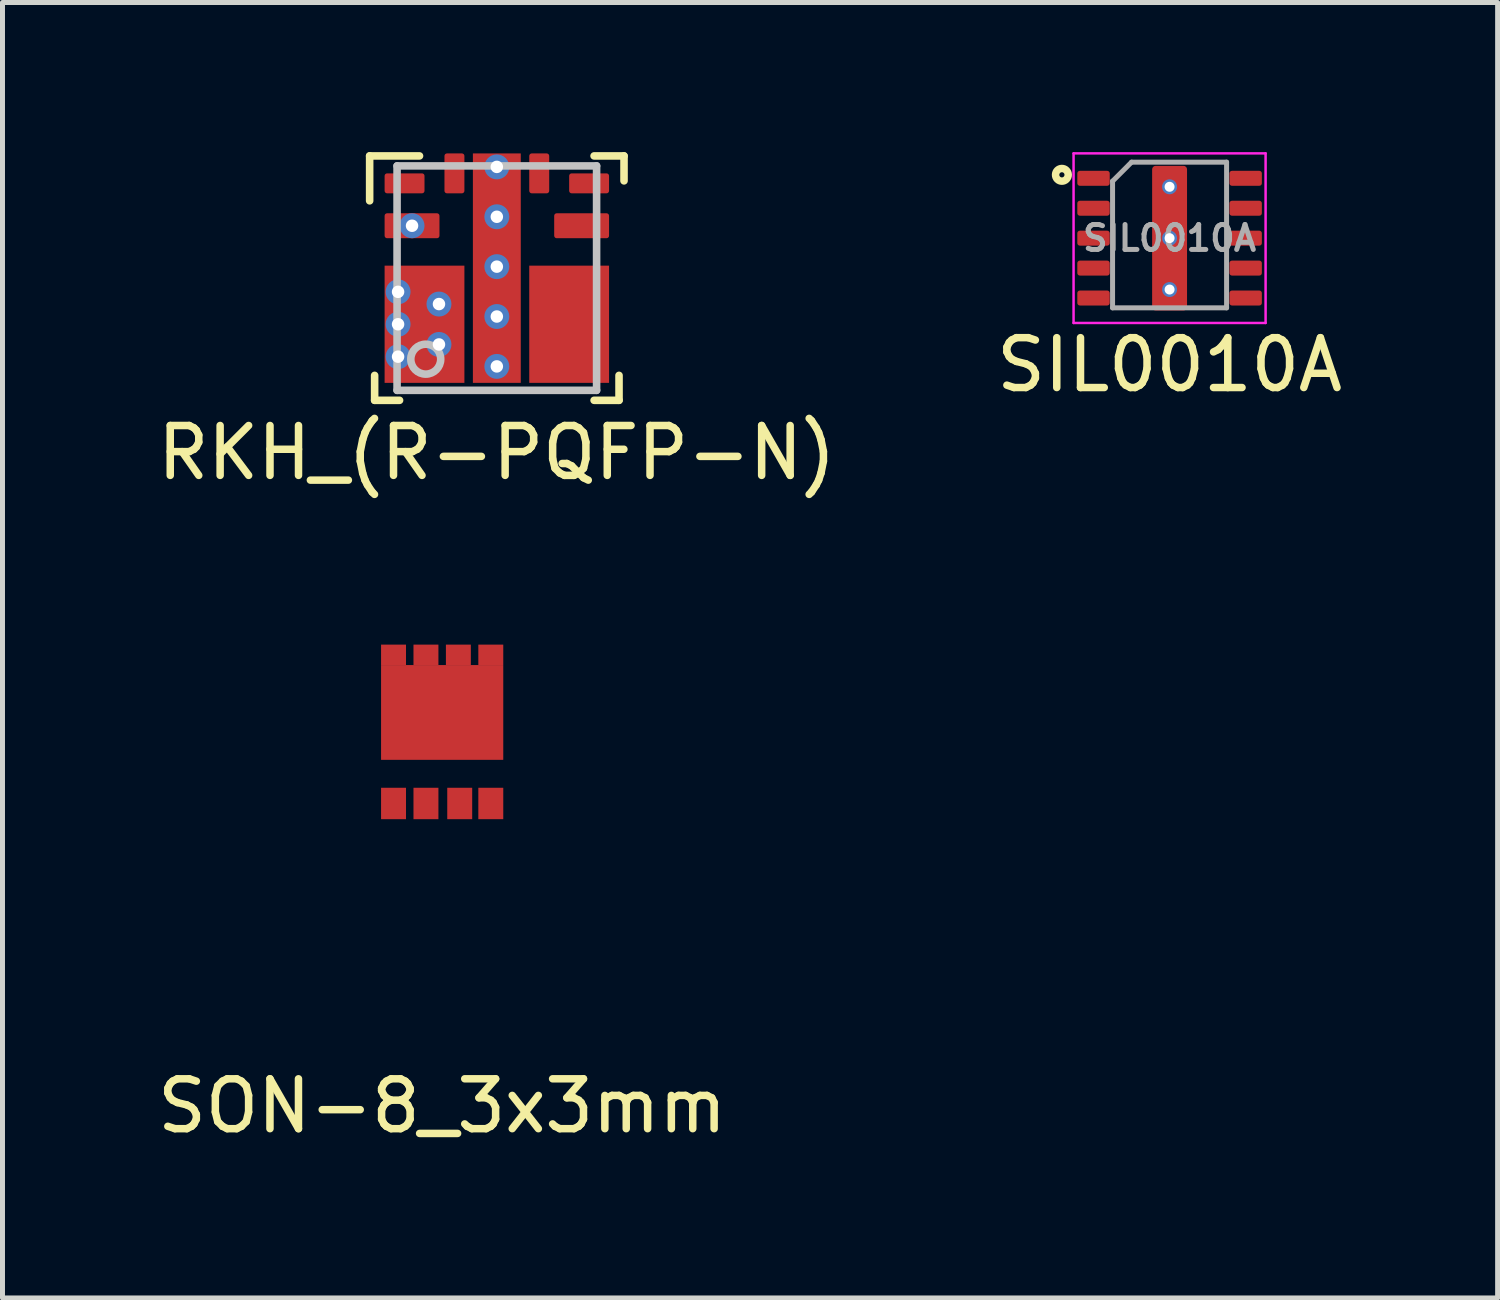
<source format=kicad_pcb>
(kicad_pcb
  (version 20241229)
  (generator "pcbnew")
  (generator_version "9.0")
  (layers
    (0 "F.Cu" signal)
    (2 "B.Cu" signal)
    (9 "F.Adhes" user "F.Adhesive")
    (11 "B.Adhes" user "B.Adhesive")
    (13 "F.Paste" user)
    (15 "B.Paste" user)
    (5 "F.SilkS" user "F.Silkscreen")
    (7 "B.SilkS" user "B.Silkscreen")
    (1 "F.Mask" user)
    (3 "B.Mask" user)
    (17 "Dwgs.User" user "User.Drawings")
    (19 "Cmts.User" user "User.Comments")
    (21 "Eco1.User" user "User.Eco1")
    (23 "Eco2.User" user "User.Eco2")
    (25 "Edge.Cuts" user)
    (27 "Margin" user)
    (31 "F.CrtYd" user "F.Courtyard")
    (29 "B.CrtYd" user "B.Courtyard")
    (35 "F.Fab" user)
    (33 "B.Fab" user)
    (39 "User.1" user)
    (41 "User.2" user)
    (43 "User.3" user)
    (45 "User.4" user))
  (footprint "RKH_(R-PQFP-N)"
    (layer "F.Cu")
    (at 6.911 2.526)
    (property "Reference" "RKH_(R-PQFP-N)" (at 0 3.5 0) (layer "F.SilkS") (effects (font (size 1 1) (thickness 0.15))))
    (attr through_hole)
    (fp_line (start -2.55 -2.45) (end -1.55 -2.45) (stroke (width 0.152) (type solid)) (layer "F.SilkS"))
    (fp_line (start -2.55 -1.55) (end -2.55 -2.45) (stroke (width 0.152) (type solid)) (layer "F.SilkS"))
    (fp_line (start -2.45 2.45) (end -2.45 1.95) (stroke (width 0.152) (type solid)) (layer "F.SilkS"))
    (fp_line (start -2.45 2.45) (end -1.95 2.45) (stroke (width 0.152) (type solid)) (layer "F.SilkS"))
    (fp_line (start 1.95 -2.45) (end 2.55 -2.45) (stroke (width 0.152) (type solid)) (layer "F.SilkS"))
    (fp_line (start 1.95 2.45) (end 2.45 2.45) (stroke (width 0.152) (type solid)) (layer "F.SilkS"))
    (fp_line (start 2.45 2.45) (end 2.45 1.95) (stroke (width 0.152) (type solid)) (layer "F.SilkS"))
    (fp_line (start 2.55 -1.95) (end 2.55 -2.45) (stroke (width 0.152) (type solid)) (layer "F.SilkS"))
    (fp_line (start -2 -2.25) (end 2 -2.25) (stroke (width 0.152) (type solid)) (layer "Dwgs.User"))
    (fp_line (start -2 2.25) (end -2 -2.25) (stroke (width 0.152) (type solid)) (layer "Dwgs.User"))
    (fp_line (start -2 2.25) (end 2 2.25) (stroke (width 0.152) (type solid)) (layer "Dwgs.User"))
    (fp_line (start 2 2.25) (end 2 -2.25) (stroke (width 0.152) (type solid)) (layer "Dwgs.User"))
    (fp_circle (center -1.425 1.625) (end -1.125 1.625) (stroke (width 0.152) (type solid)) (fill no) (layer "Dwgs.User"))
    (pad "" smd roundrect (at -2.013 -0.05) (size 0.375 0.3) (layers "F.Paste") (roundrect_rratio 0.167))
    (pad "" smd roundrect (at -2.013 0.6) (size 0.375 0.3) (layers "F.Paste") (roundrect_rratio 0.167))
    (pad "" smd roundrect (at -2.013 1.2) (size 0.375 0.3) (layers "F.Paste") (roundrect_rratio 0.167))
    (pad "" smd roundrect (at -2.013 1.8) (size 0.375 0.3) (layers "F.Paste") (roundrect_rratio 0.167))
    (pad "" smd custom (at -1.45 0.925) (size 0.1 0.1) (layers "F.Mask") (options (anchor rect)) (primitives (gr_poly (pts (xy -0.75 -1.125) (xy 0.75 -1.125) (xy 0.75 1.125) (xy -0.75 1.125) (xy -0.75 0.825) (xy -0.375 0.825) (xy -0.375 0.475) (xy -0.75 0.475) (xy -0.75 0.175) (xy -0.375 0.175) (xy -0.375 -0.175) (xy -0.75 -0.175) (xy -0.75 -0.475) (xy -0.375 -0.475) (xy -0.375 -0.825) (xy -0.75 -0.825)) (width 0) (fill yes))))
    (pad "" smd roundrect (at -1.165 0.115) (size 0.92 0.61) (layers "F.Paste") (roundrect_rratio 0.167))
    (pad "" smd roundrect (at -1.165 0.925) (size 0.92 0.61) (layers "F.Paste") (roundrect_rratio 0.167))
    (pad "" smd roundrect (at -1.165 1.735) (size 0.92 0.61) (layers "F.Paste") (roundrect_rratio 0.167))
    (pad "" smd roundrect (at 0 -1.95 90) (size 1.1 0.5) (layers "F.Mask" "F.Paste") (roundrect_rratio 0.1))
    (pad "" smd roundrect (at 1.165 0.115) (size 0.92 0.61) (layers "F.Paste") (roundrect_rratio 0.167))
    (pad "" smd roundrect (at 1.165 0.925) (size 0.92 0.61) (layers "F.Paste") (roundrect_rratio 0.167))
    (pad "" smd roundrect (at 1.165 1.735) (size 0.92 0.61) (layers "F.Paste") (roundrect_rratio 0.167))
    (pad "" smd custom (at 1.45 0.925) (size 0.1 0.1) (layers "F.Mask") (options (anchor rect)) (primitives (gr_poly (pts (xy 0.75 -1.125) (xy -0.75 -1.125) (xy -0.75 1.125) (xy 0.75 1.125) (xy 0.75 0.825) (xy 0.375 0.825) (xy 0.375 0.475) (xy 0.75 0.475) (xy 0.75 0.175) (xy 0.375 0.175) (xy 0.375 -0.175) (xy 0.75 -0.175) (xy 0.75 -0.475) (xy 0.375 -0.475) (xy 0.375 -0.825) (xy 0.75 -0.825)) (width 0) (fill yes))))
    (pad "" smd roundrect (at 2.013 -0.05) (size 0.375 0.3) (layers "F.Paste") (roundrect_rratio 0.167))
    (pad "" smd roundrect (at 2.013 0.6) (size 0.375 0.3) (layers "F.Paste") (roundrect_rratio 0.167))
    (pad "" smd roundrect (at 2.013 1.2) (size 0.375 0.3) (layers "F.Paste") (roundrect_rratio 0.167))
    (pad "" smd roundrect (at 2.013 1.8) (size 0.375 0.3) (layers "F.Paste") (roundrect_rratio 0.167))
    (pad "1" smd roundrect (at -1.85 -1.9) (size 0.8 0.4) (layers "F.Cu" "F.Mask" "F.Paste") (roundrect_rratio 0.125))
    (pad "2" smd roundrect (at -1.7 -1.05) (size 1.1 0.5) (layers "F.Cu" "F.Mask" "F.Paste") (roundrect_rratio 0.1))
    (pad "2" thru_hole circle (at -1.7 -1.05) (size 0.5 0.5) (drill 0.25) (layers "*.Cu"))
    (pad "3" thru_hole circle (at -1.98 0.275) (size 0.5 0.5) (drill 0.25) (layers "*.Cu"))
    (pad "3" thru_hole circle (at -1.98 0.925) (size 0.5 0.5) (drill 0.25) (layers "*.Cu"))
    (pad "3" thru_hole circle (at -1.98 1.575) (size 0.5 0.5) (drill 0.25) (layers "*.Cu"))
    (pad "3" smd rect (at -1.45 0.925) (size 1.6 2.35) (layers "F.Cu"))
    (pad "3" thru_hole circle (at -1.16 0.52) (size 0.5 0.5) (drill 0.25) (layers "*.Cu"))
    (pad "3" thru_hole circle (at -1.16 1.33) (size 0.5 0.5) (drill 0.25) (layers "*.Cu"))
    (pad "4" smd rect (at 1.45 0.925) (size 1.6 2.35) (layers "F.Cu"))
    (pad "5" smd roundrect (at 1.7 -1.05) (size 1.1 0.5) (layers "F.Cu" "F.Mask" "F.Paste") (roundrect_rratio 0.1))
    (pad "6" smd roundrect (at 1.85 -1.9) (size 0.8 0.4) (layers "F.Cu" "F.Mask" "F.Paste") (roundrect_rratio 0.125))
    (pad "7" smd roundrect (at 0.85 -2.1 90) (size 0.8 0.4) (layers "F.Cu" "F.Mask" "F.Paste") (roundrect_rratio 0.125))
    (pad "8" thru_hole circle (at 0 -2.23) (size 0.5 0.5) (drill 0.25) (layers "*.Cu"))
    (pad "8" thru_hole circle (at 0 -1.23) (size 0.5 0.5) (drill 0.25) (layers "*.Cu"))
    (pad "8" thru_hole circle (at 0 -0.23) (size 0.5 0.5) (drill 0.25) (layers "*.Cu"))
    (pad "8" smd rect (at 0 -0.2) (size 0.96 4.6) (layers "F.Cu"))
    (pad "8" thru_hole circle (at 0 0.77) (size 0.5 0.5) (drill 0.25) (layers "*.Cu"))
    (pad "8" thru_hole circle (at 0 1.77) (size 0.5 0.5) (drill 0.25) (layers "*.Cu"))
    (pad "9" smd roundrect (at -0.85 -2.1 90) (size 0.8 0.4) (layers "F.Cu" "F.Mask" "F.Paste") (roundrect_rratio 0.125)))
  (footprint "SON-8_3x3mm"
    (layer "F.Cu")
    (at 5.815 11.624)
    (property "Reference" "SON-8_3x3mm" (at 0 7.5 0) (layer "F.SilkS") (effects (font (size 1 1) (thickness 0.15))))
    (attr through_hole)
    (pad "1" smd rect (at -0.975 1.435) (size 0.5 0.63) (layers "F.Cu" "F.Mask" "F.Paste"))
    (pad "2" smd rect (at -0.325 1.435) (size 0.5 0.63) (layers "F.Cu" "F.Mask" "F.Paste"))
    (pad "3" smd rect (at 0.352 1.435) (size 0.5 0.63) (layers "F.Cu" "F.Mask" "F.Paste"))
    (pad "4" smd rect (at 0.975 1.435) (size 0.5 0.63) (layers "F.Cu" "F.Mask" "F.Paste"))
    (pad "5" smd rect (at 0.975 -1.545) (size 0.5 0.41) (layers "F.Cu" "F.Mask" "F.Paste"))
    (pad "6" smd rect (at 0.325 -1.545) (size 0.5 0.41) (layers "F.Cu" "F.Mask" "F.Paste"))
    (pad "7" smd rect (at -0.325 -1.545) (size 0.5 0.41) (layers "F.Cu" "F.Mask" "F.Paste"))
    (pad "8" smd rect (at -0.975 -1.545) (size 0.5 0.41) (layers "F.Cu" "F.Mask" "F.Paste"))
    (pad "8" smd rect (at 0 -0.39) (size 2.45 1.9) (layers "F.Cu" "F.Mask" "F.Paste")))
  (footprint "SIL0010A"
    (layer "F.Cu")
    (at 20.399 1.725)
    (property "Reference" "SIL0010A" (at 0 2.54 0) (layer "F.SilkS") (effects (font (size 1 1) (thickness 0.15))))
    (attr through_hole)
    (fp_circle (center -2.159 -1.27) (end -2.159 -1.397) (stroke (width 0.15) (type solid)) (fill no) (layer "F.SilkS"))
    (fp_line (start -1.925 -1.7) (end 1.925 -1.7) (stroke (width 0.05) (type solid)) (layer "F.CrtYd"))
    (fp_line (start -1.925 1.7) (end -1.925 -1.7) (stroke (width 0.05) (type solid)) (layer "F.CrtYd"))
    (fp_line (start 1.925 -1.7) (end 1.925 1.7) (stroke (width 0.05) (type solid)) (layer "F.CrtYd"))
    (fp_line (start 1.925 1.7) (end -1.925 1.7) (stroke (width 0.05) (type solid)) (layer "F.CrtYd"))
    (fp_line (start -1.143 -1.143) (end -1.143 1.397) (stroke (width 0.1) (type solid)) (layer "F.Fab"))
    (fp_line (start -1.143 1.397) (end 1.143 1.397) (stroke (width 0.1) (type solid)) (layer "F.Fab"))
    (fp_line (start -0.762 -1.524) (end -1.143 -1.143) (stroke (width 0.1) (type solid)) (layer "F.Fab"))
    (fp_line (start 1.143 -1.524) (end -0.762 -1.524) (stroke (width 0.1) (type solid)) (layer "F.Fab"))
    (fp_line (start 1.143 1.397) (end 1.143 -1.524) (stroke (width 0.1) (type solid)) (layer "F.Fab"))
    (fp_text user "${REFERENCE}" (at 0 0 0) (layer "F.Fab") (effects (font (size 0.5 0.5) (thickness 0.1))))
    (pad "1" smd roundrect (at -1.525 -1.2) (size 0.65 0.3) (layers "F.Cu" "F.Mask" "F.Paste") (roundrect_rratio 0.17))
    (pad "2" smd roundrect (at -1.525 -0.6) (size 0.65 0.3) (layers "F.Cu" "F.Mask" "F.Paste") (roundrect_rratio 0.17))
    (pad "3" smd roundrect (at -1.525 0) (size 0.65 0.3) (layers "F.Cu" "F.Mask" "F.Paste") (roundrect_rratio 0.17))
    (pad "4" smd roundrect (at -1.525 0.6) (size 0.65 0.3) (layers "F.Cu" "F.Mask" "F.Paste") (roundrect_rratio 0.17))
    (pad "5" smd roundrect (at -1.525 1.2) (size 0.65 0.3) (layers "F.Cu" "F.Mask" "F.Paste") (roundrect_rratio 0.17))
    (pad "6" smd roundrect (at 1.525 1.2) (size 0.65 0.3) (layers "F.Cu" "F.Mask" "F.Paste") (roundrect_rratio 0.17))
    (pad "7" smd roundrect (at 1.525 0.6) (size 0.65 0.3) (layers "F.Cu" "F.Mask" "F.Paste") (roundrect_rratio 0.17))
    (pad "8" smd roundrect (at 1.525 0) (size 0.65 0.3) (layers "F.Cu" "F.Mask" "F.Paste") (roundrect_rratio 0.17))
    (pad "9" smd roundrect (at 1.525 -0.6) (size 0.65 0.3) (layers "F.Cu" "F.Mask" "F.Paste") (roundrect_rratio 0.17))
    (pad "10" smd roundrect (at 1.525 -1.2) (size 0.65 0.3) (layers "F.Cu" "F.Mask" "F.Paste") (roundrect_rratio 0.17))
    (pad "11" thru_hole circle (at 0 -1.03) (size 0.3 0.3) (drill 0.2) (layers "*.Cu" "*.Mask"))
    (pad "11" thru_hole circle (at 0 0) (size 0.3 0.3) (drill 0.2) (layers "*.Cu" "*.Mask"))
    (pad "11" smd roundrect (at 0 0) (size 0.7 2.9) (layers "F.Cu" "F.Mask" "F.Paste") (roundrect_rratio 0.1))
    (pad "11" thru_hole circle (at 0 1.03) (size 0.3 0.3) (drill 0.2) (layers "*.Cu" "*.Mask")))
  (gr_rect
    (start -3 -3)
    (end 26.976 22.973)
    (stroke (width 0.1) (type default))
    (fill no)
    (layer "Edge.Cuts")))
</source>
